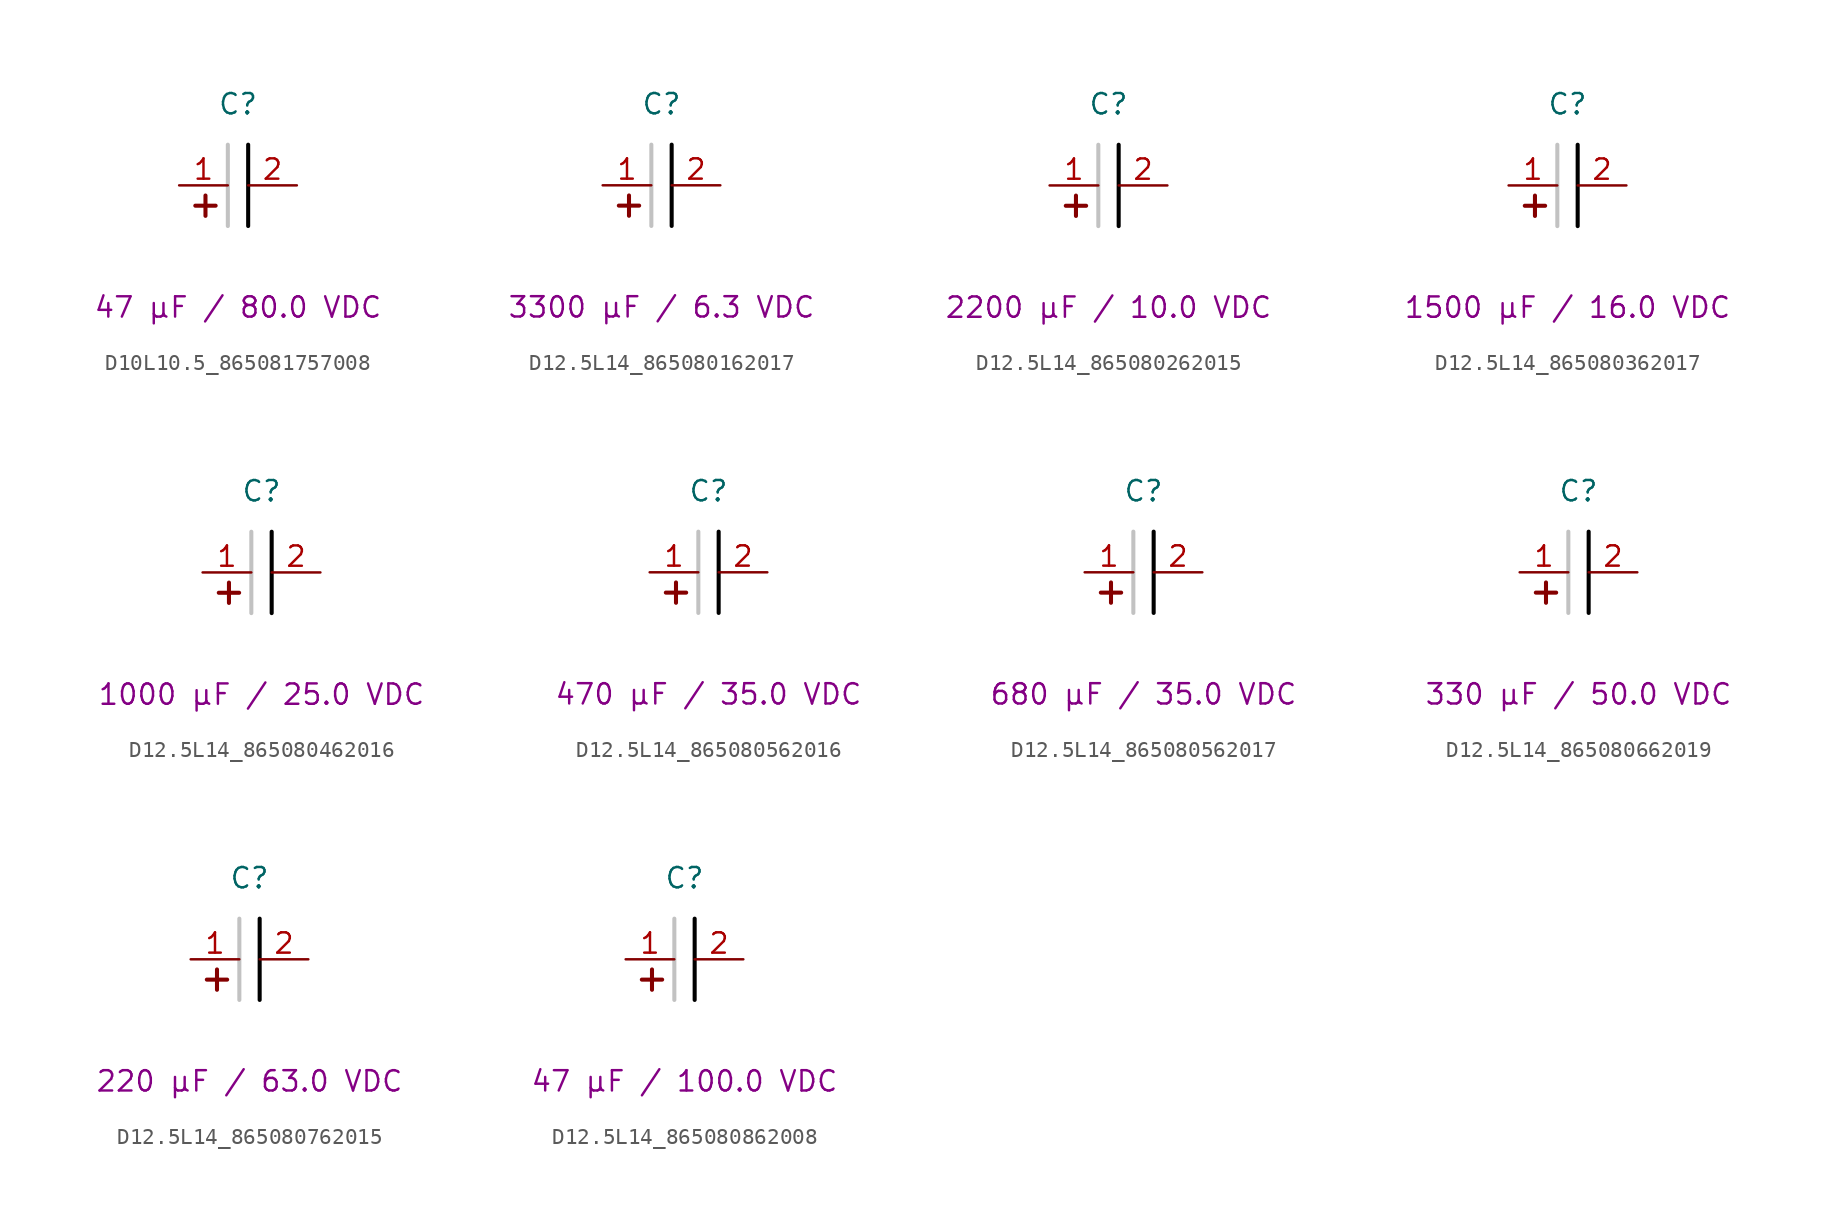
<source format=kicad_sym>
(kicad_symbol_lib
  (version 20220914)
  (generator kicad_symbol_editor)
  (symbol "D10L10.5_865081757008"
    (pin_names hide)
    (property "Reference" "C"
      (at 0 5.08 0)
      (effects (font (size 1.27 1.27))))
    (property "Critical Parameter" "47 µF / 80.0 VDC"
      (at 0 -7.62 0)
      (effects (font (size 1.27 1.27))))
    (symbol "D10L10.5_865081757008_1_1"
      (polyline (pts (xy -2.667 -1.27) (xy -1.397 -1.27)) (stroke (width 0.254) (type default)) (fill (type none)))
      (polyline (pts (xy -2.032 -0.635) (xy -2.032 -1.905)) (stroke (width 0.254) (type default)) (fill (type none)))
      (polyline (pts (xy -0.635 2.54) (xy -0.635 -2.54)) (stroke (width 0.254) (type default) (color 194 194 194 1)) (fill (type none)))
      (polyline (pts (xy 0.635 2.54) (xy 0.635 -2.54)) (stroke (width 0.254) (type default) (color 0 0 0 1)) (fill (type none)))
      (pin passive line (at -3.679 0 0) (length 3.044) (name "1" (effects (font (size 1.27 1.27)))) (number "1" (effects (font (size 1.27 1.27)))))
      (pin passive line (at 3.679 0 180) (length 3.044) (name "2" (effects (font (size 1.27 1.27)))) (number "2" (effects (font (size 1.27 1.27)))))))
  (symbol "D12.5L14_865080162017"
    (pin_names hide)
    (property "Reference" "C"
      (at 0 5.08 0)
      (effects (font (size 1.27 1.27))))
    (property "Critical Parameter" "3300 µF / 6.3 VDC"
      (at 0 -7.62 0)
      (effects (font (size 1.27 1.27))))
    (symbol "D12.5L14_865080162017_1_1"
      (polyline (pts (xy -2.667 -1.27) (xy -1.397 -1.27)) (stroke (width 0.254) (type default)) (fill (type none)))
      (polyline (pts (xy -2.032 -0.635) (xy -2.032 -1.905)) (stroke (width 0.254) (type default)) (fill (type none)))
      (polyline (pts (xy -0.635 2.54) (xy -0.635 -2.54)) (stroke (width 0.254) (type default) (color 194 194 194 1)) (fill (type none)))
      (polyline (pts (xy 0.635 2.54) (xy 0.635 -2.54)) (stroke (width 0.254) (type default) (color 0 0 0 1)) (fill (type none)))
      (pin passive line (at -3.679 0 0) (length 3.044) (name "1" (effects (font (size 1.27 1.27)))) (number "1" (effects (font (size 1.27 1.27)))))
      (pin passive line (at 3.679 0 180) (length 3.044) (name "2" (effects (font (size 1.27 1.27)))) (number "2" (effects (font (size 1.27 1.27)))))))
  (symbol "D12.5L14_865080262015"
    (pin_names hide)
    (property "Reference" "C"
      (at 0 5.08 0)
      (effects (font (size 1.27 1.27))))
    (property "Critical Parameter" "2200 µF / 10.0 VDC"
      (at 0 -7.62 0)
      (effects (font (size 1.27 1.27))))
    (symbol "D12.5L14_865080262015_1_1"
      (polyline (pts (xy -2.667 -1.27) (xy -1.397 -1.27)) (stroke (width 0.254) (type default)) (fill (type none)))
      (polyline (pts (xy -2.032 -0.635) (xy -2.032 -1.905)) (stroke (width 0.254) (type default)) (fill (type none)))
      (polyline (pts (xy -0.635 2.54) (xy -0.635 -2.54)) (stroke (width 0.254) (type default) (color 194 194 194 1)) (fill (type none)))
      (polyline (pts (xy 0.635 2.54) (xy 0.635 -2.54)) (stroke (width 0.254) (type default) (color 0 0 0 1)) (fill (type none)))
      (pin passive line (at -3.679 0 0) (length 3.044) (name "1" (effects (font (size 1.27 1.27)))) (number "1" (effects (font (size 1.27 1.27)))))
      (pin passive line (at 3.679 0 180) (length 3.044) (name "2" (effects (font (size 1.27 1.27)))) (number "2" (effects (font (size 1.27 1.27)))))))
  (symbol "D12.5L14_865080362017"
    (pin_names hide)
    (property "Reference" "C"
      (at 0 5.08 0)
      (effects (font (size 1.27 1.27))))
    (property "Critical Parameter" "1500 µF / 16.0 VDC"
      (at 0 -7.62 0)
      (effects (font (size 1.27 1.27))))
    (symbol "D12.5L14_865080362017_1_1"
      (polyline (pts (xy -2.667 -1.27) (xy -1.397 -1.27)) (stroke (width 0.254) (type default)) (fill (type none)))
      (polyline (pts (xy -2.032 -0.635) (xy -2.032 -1.905)) (stroke (width 0.254) (type default)) (fill (type none)))
      (polyline (pts (xy -0.635 2.54) (xy -0.635 -2.54)) (stroke (width 0.254) (type default) (color 194 194 194 1)) (fill (type none)))
      (polyline (pts (xy 0.635 2.54) (xy 0.635 -2.54)) (stroke (width 0.254) (type default) (color 0 0 0 1)) (fill (type none)))
      (pin passive line (at -3.679 0 0) (length 3.044) (name "1" (effects (font (size 1.27 1.27)))) (number "1" (effects (font (size 1.27 1.27)))))
      (pin passive line (at 3.679 0 180) (length 3.044) (name "2" (effects (font (size 1.27 1.27)))) (number "2" (effects (font (size 1.27 1.27)))))))
  (symbol "D12.5L14_865080462016"
    (pin_names hide)
    (property "Reference" "C"
      (at 0 5.08 0)
      (effects (font (size 1.27 1.27))))
    (property "Critical Parameter" "1000 µF / 25.0 VDC"
      (at 0 -7.62 0)
      (effects (font (size 1.27 1.27))))
    (symbol "D12.5L14_865080462016_1_1"
      (polyline (pts (xy -2.667 -1.27) (xy -1.397 -1.27)) (stroke (width 0.254) (type default)) (fill (type none)))
      (polyline (pts (xy -2.032 -0.635) (xy -2.032 -1.905)) (stroke (width 0.254) (type default)) (fill (type none)))
      (polyline (pts (xy -0.635 2.54) (xy -0.635 -2.54)) (stroke (width 0.254) (type default) (color 194 194 194 1)) (fill (type none)))
      (polyline (pts (xy 0.635 2.54) (xy 0.635 -2.54)) (stroke (width 0.254) (type default) (color 0 0 0 1)) (fill (type none)))
      (pin passive line (at -3.679 0 0) (length 3.044) (name "1" (effects (font (size 1.27 1.27)))) (number "1" (effects (font (size 1.27 1.27)))))
      (pin passive line (at 3.679 0 180) (length 3.044) (name "2" (effects (font (size 1.27 1.27)))) (number "2" (effects (font (size 1.27 1.27)))))))
  (symbol "D12.5L14_865080562016"
    (pin_names hide)
    (property "Reference" "C"
      (at 0 5.08 0)
      (effects (font (size 1.27 1.27))))
    (property "Critical Parameter" "470 µF / 35.0 VDC"
      (at 0 -7.62 0)
      (effects (font (size 1.27 1.27))))
    (symbol "D12.5L14_865080562016_1_1"
      (polyline (pts (xy -2.667 -1.27) (xy -1.397 -1.27)) (stroke (width 0.254) (type default)) (fill (type none)))
      (polyline (pts (xy -2.032 -0.635) (xy -2.032 -1.905)) (stroke (width 0.254) (type default)) (fill (type none)))
      (polyline (pts (xy -0.635 2.54) (xy -0.635 -2.54)) (stroke (width 0.254) (type default) (color 194 194 194 1)) (fill (type none)))
      (polyline (pts (xy 0.635 2.54) (xy 0.635 -2.54)) (stroke (width 0.254) (type default) (color 0 0 0 1)) (fill (type none)))
      (pin passive line (at -3.679 0 0) (length 3.044) (name "1" (effects (font (size 1.27 1.27)))) (number "1" (effects (font (size 1.27 1.27)))))
      (pin passive line (at 3.679 0 180) (length 3.044) (name "2" (effects (font (size 1.27 1.27)))) (number "2" (effects (font (size 1.27 1.27)))))))
  (symbol "D12.5L14_865080562017"
    (pin_names hide)
    (property "Reference" "C"
      (at 0 5.08 0)
      (effects (font (size 1.27 1.27))))
    (property "Critical Parameter" "680 µF / 35.0 VDC"
      (at 0 -7.62 0)
      (effects (font (size 1.27 1.27))))
    (symbol "D12.5L14_865080562017_1_1"
      (polyline (pts (xy -2.667 -1.27) (xy -1.397 -1.27)) (stroke (width 0.254) (type default)) (fill (type none)))
      (polyline (pts (xy -2.032 -0.635) (xy -2.032 -1.905)) (stroke (width 0.254) (type default)) (fill (type none)))
      (polyline (pts (xy -0.635 2.54) (xy -0.635 -2.54)) (stroke (width 0.254) (type default) (color 194 194 194 1)) (fill (type none)))
      (polyline (pts (xy 0.635 2.54) (xy 0.635 -2.54)) (stroke (width 0.254) (type default) (color 0 0 0 1)) (fill (type none)))
      (pin passive line (at -3.679 0 0) (length 3.044) (name "1" (effects (font (size 1.27 1.27)))) (number "1" (effects (font (size 1.27 1.27)))))
      (pin passive line (at 3.679 0 180) (length 3.044) (name "2" (effects (font (size 1.27 1.27)))) (number "2" (effects (font (size 1.27 1.27)))))))
  (symbol "D12.5L14_865080662019"
    (pin_names hide)
    (property "Reference" "C"
      (at 0 5.08 0)
      (effects (font (size 1.27 1.27))))
    (property "Critical Parameter" "330 µF / 50.0 VDC"
      (at 0 -7.62 0)
      (effects (font (size 1.27 1.27))))
    (symbol "D12.5L14_865080662019_1_1"
      (polyline (pts (xy -2.667 -1.27) (xy -1.397 -1.27)) (stroke (width 0.254) (type default)) (fill (type none)))
      (polyline (pts (xy -2.032 -0.635) (xy -2.032 -1.905)) (stroke (width 0.254) (type default)) (fill (type none)))
      (polyline (pts (xy -0.635 2.54) (xy -0.635 -2.54)) (stroke (width 0.254) (type default) (color 194 194 194 1)) (fill (type none)))
      (polyline (pts (xy 0.635 2.54) (xy 0.635 -2.54)) (stroke (width 0.254) (type default) (color 0 0 0 1)) (fill (type none)))
      (pin passive line (at -3.679 0 0) (length 3.044) (name "1" (effects (font (size 1.27 1.27)))) (number "1" (effects (font (size 1.27 1.27)))))
      (pin passive line (at 3.679 0 180) (length 3.044) (name "2" (effects (font (size 1.27 1.27)))) (number "2" (effects (font (size 1.27 1.27)))))))
  (symbol "D12.5L14_865080762015"
    (pin_names hide)
    (property "Reference" "C"
      (at 0 5.08 0)
      (effects (font (size 1.27 1.27))))
    (property "Critical Parameter" "220 µF / 63.0 VDC"
      (at 0 -7.62 0)
      (effects (font (size 1.27 1.27))))
    (symbol "D12.5L14_865080762015_1_1"
      (polyline (pts (xy -2.667 -1.27) (xy -1.397 -1.27)) (stroke (width 0.254) (type default)) (fill (type none)))
      (polyline (pts (xy -2.032 -0.635) (xy -2.032 -1.905)) (stroke (width 0.254) (type default)) (fill (type none)))
      (polyline (pts (xy -0.635 2.54) (xy -0.635 -2.54)) (stroke (width 0.254) (type default) (color 194 194 194 1)) (fill (type none)))
      (polyline (pts (xy 0.635 2.54) (xy 0.635 -2.54)) (stroke (width 0.254) (type default) (color 0 0 0 1)) (fill (type none)))
      (pin passive line (at -3.679 0 0) (length 3.044) (name "1" (effects (font (size 1.27 1.27)))) (number "1" (effects (font (size 1.27 1.27)))))
      (pin passive line (at 3.679 0 180) (length 3.044) (name "2" (effects (font (size 1.27 1.27)))) (number "2" (effects (font (size 1.27 1.27)))))))
  (symbol "D12.5L14_865080862008"
    (pin_names hide)
    (property "Reference" "C"
      (at 0 5.08 0)
      (effects (font (size 1.27 1.27))))
    (property "Critical Parameter" "47 µF / 100.0 VDC"
      (at 0 -7.62 0)
      (effects (font (size 1.27 1.27))))
    (symbol "D12.5L14_865080862008_1_1"
      (polyline (pts (xy -2.667 -1.27) (xy -1.397 -1.27)) (stroke (width 0.254) (type default)) (fill (type none)))
      (polyline (pts (xy -2.032 -0.635) (xy -2.032 -1.905)) (stroke (width 0.254) (type default)) (fill (type none)))
      (polyline (pts (xy -0.635 2.54) (xy -0.635 -2.54)) (stroke (width 0.254) (type default) (color 194 194 194 1)) (fill (type none)))
      (polyline (pts (xy 0.635 2.54) (xy 0.635 -2.54)) (stroke (width 0.254) (type default) (color 0 0 0 1)) (fill (type none)))
      (pin passive line (at -3.679 0 0) (length 3.044) (name "1" (effects (font (size 1.27 1.27)))) (number "1" (effects (font (size 1.27 1.27)))))
      (pin passive line (at 3.679 0 180) (length 3.044) (name "2" (effects (font (size 1.27 1.27)))) (number "2" (effects (font (size 1.27 1.27))))))))
</source>
